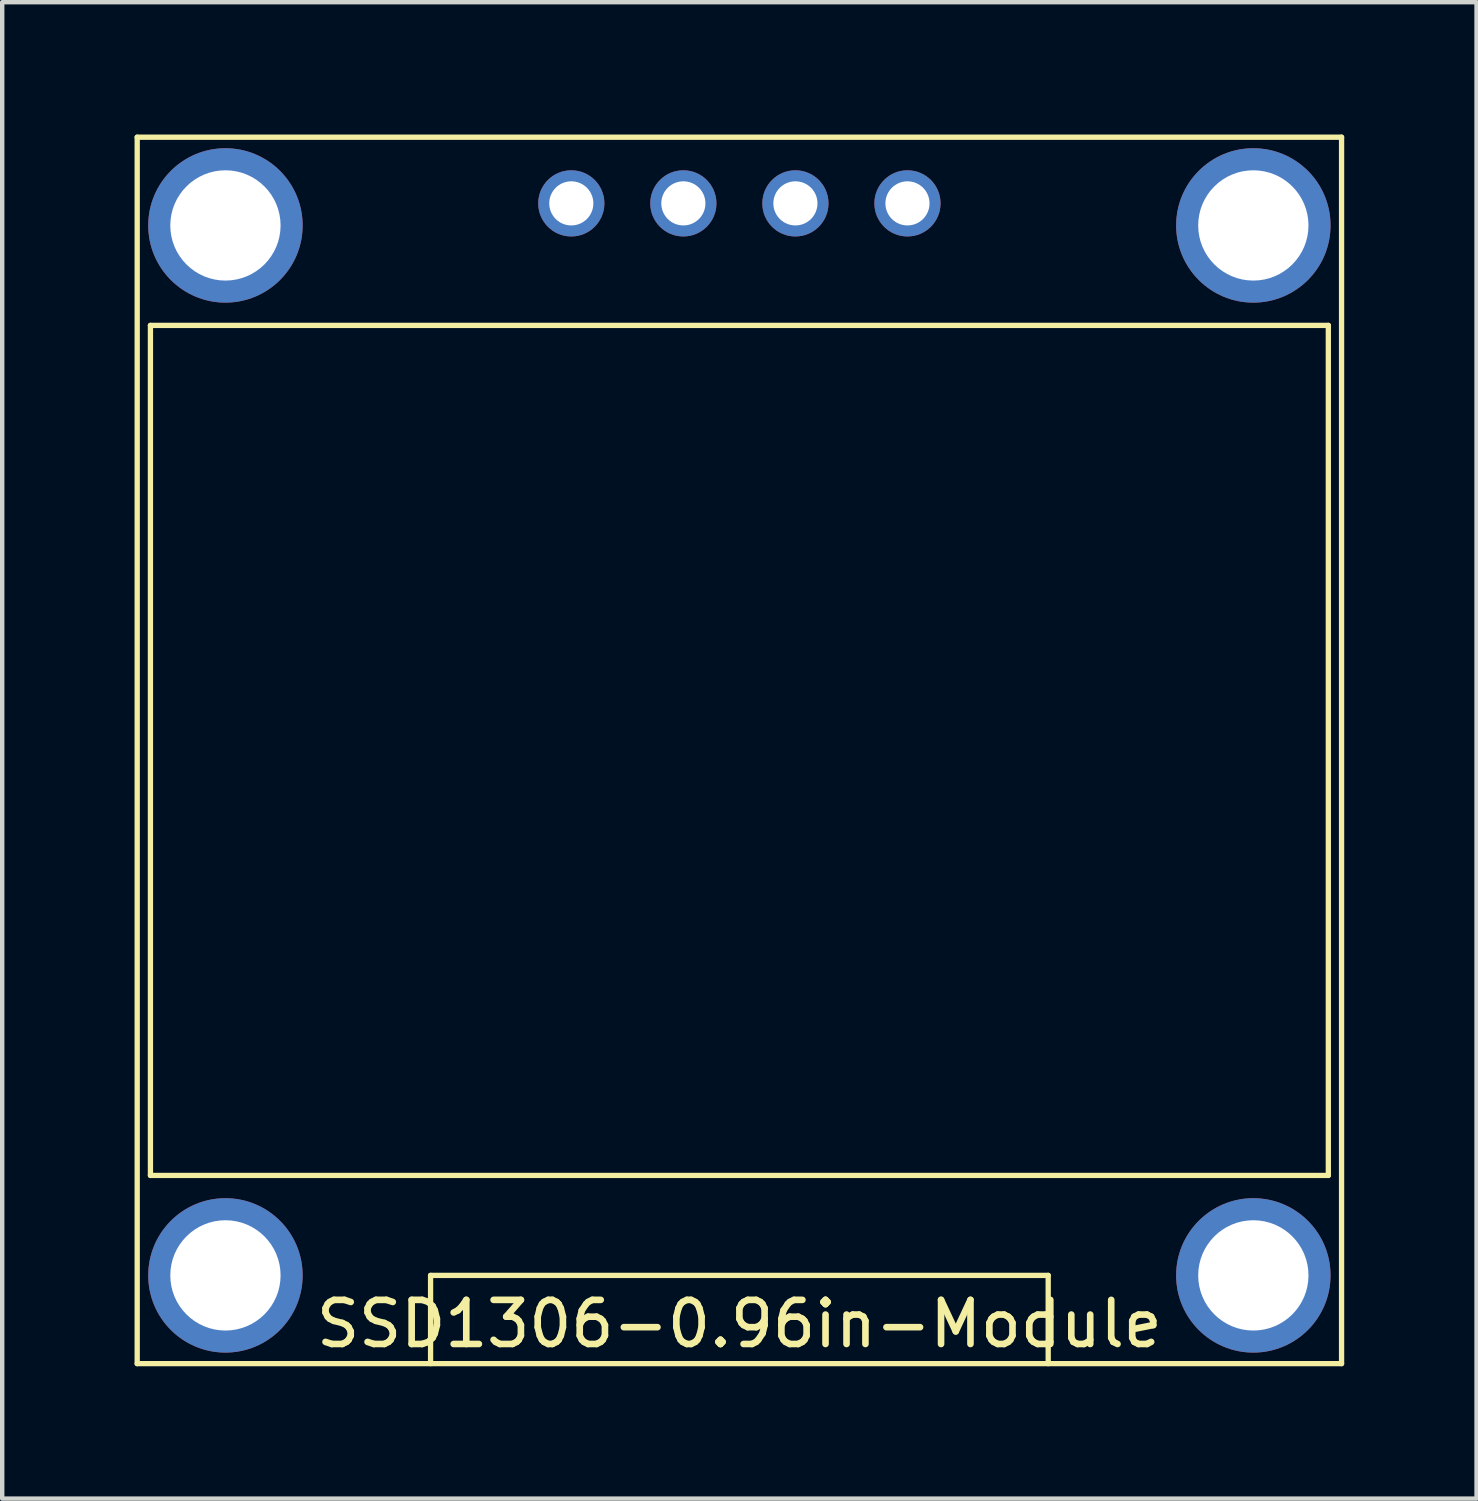
<source format=kicad_pcb>
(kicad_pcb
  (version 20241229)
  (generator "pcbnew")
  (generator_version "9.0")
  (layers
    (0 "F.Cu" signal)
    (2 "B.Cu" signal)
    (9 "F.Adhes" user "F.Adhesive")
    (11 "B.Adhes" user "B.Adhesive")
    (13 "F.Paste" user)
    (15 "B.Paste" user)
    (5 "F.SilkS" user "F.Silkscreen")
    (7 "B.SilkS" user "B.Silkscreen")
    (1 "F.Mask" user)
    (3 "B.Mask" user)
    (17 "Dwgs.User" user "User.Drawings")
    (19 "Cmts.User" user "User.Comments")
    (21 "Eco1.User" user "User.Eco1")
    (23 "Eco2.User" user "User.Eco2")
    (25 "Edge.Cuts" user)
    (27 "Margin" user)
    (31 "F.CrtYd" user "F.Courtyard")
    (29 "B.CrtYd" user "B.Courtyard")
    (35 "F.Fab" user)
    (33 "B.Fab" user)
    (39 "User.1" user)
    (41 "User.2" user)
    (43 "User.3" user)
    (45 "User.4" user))
  (footprint "SSD1306-0.96in-Module"
    (layer "F.Cu")
    (at 13.71 13.96)
    (property "Reference" "SSD1306-0.96in-Module" (at 0 13 0) (layer "F.SilkS") (effects (font (size 1 1) (thickness 0.15))))
    (attr through_hole)
    (fp_line (start -13.65 -13.9) (end 13.65 -13.9) (stroke (width 0.12) (type solid)) (layer "F.SilkS"))
    (fp_line (start -13.65 13.9) (end -13.65 -13.9) (stroke (width 0.12) (type solid)) (layer "F.SilkS"))
    (fp_line (start -13.35 -9.634) (end 13.35 -9.634) (stroke (width 0.12) (type solid)) (layer "F.SilkS"))
    (fp_line (start -13.35 9.634) (end -13.35 -9.634) (stroke (width 0.12) (type solid)) (layer "F.SilkS"))
    (fp_line (start -7 11.9) (end -7 13.9) (stroke (width 0.12) (type solid)) (layer "F.SilkS"))
    (fp_line (start -7 11.9) (end 7 11.9) (stroke (width 0.12) (type solid)) (layer "F.SilkS"))
    (fp_line (start 7 11.9) (end 7 13.9) (stroke (width 0.12) (type solid)) (layer "F.SilkS"))
    (fp_line (start 13.35 -9.634) (end 13.35 9.634) (stroke (width 0.12) (type solid)) (layer "F.SilkS"))
    (fp_line (start 13.35 9.634) (end -13.35 9.634) (stroke (width 0.12) (type solid)) (layer "F.SilkS"))
    (fp_line (start 13.65 -13.9) (end 13.65 13.9) (stroke (width 0.12) (type solid)) (layer "F.SilkS"))
    (fp_line (start 13.65 13.9) (end -13.65 13.9) (stroke (width 0.12) (type solid)) (layer "F.SilkS"))
    (pad "" thru_hole circle (at -11.65 -11.9) (size 3.5 3.5) (drill 2.5) (layers "*.Cu" "*.Mask"))
    (pad "" thru_hole circle (at -11.65 11.9) (size 3.5 3.5) (drill 2.5) (layers "*.Cu" "*.Mask"))
    (pad "" thru_hole circle (at 11.65 -11.9) (size 3.5 3.5) (drill 2.5) (layers "*.Cu" "*.Mask"))
    (pad "" thru_hole circle (at 11.65 11.9) (size 3.5 3.5) (drill 2.5) (layers "*.Cu" "*.Mask"))
    (pad "1" thru_hole circle (at -3.81 -12.4) (size 1.5 1.5) (drill 1) (layers "*.Cu" "*.Mask"))
    (pad "2" thru_hole circle (at -1.27 -12.4) (size 1.5 1.5) (drill 1) (layers "*.Cu" "*.Mask"))
    (pad "3" thru_hole circle (at 1.27 -12.4) (size 1.5 1.5) (drill 1) (layers "*.Cu" "*.Mask"))
    (pad "4" thru_hole circle (at 3.81 -12.4) (size 1.5 1.5) (drill 1) (layers "*.Cu" "*.Mask")))
  (gr_rect
    (start -3 -3)
    (end 30.42 30.92)
    (stroke (width 0.1) (type default))
    (fill no)
    (layer "Edge.Cuts")))
</source>
